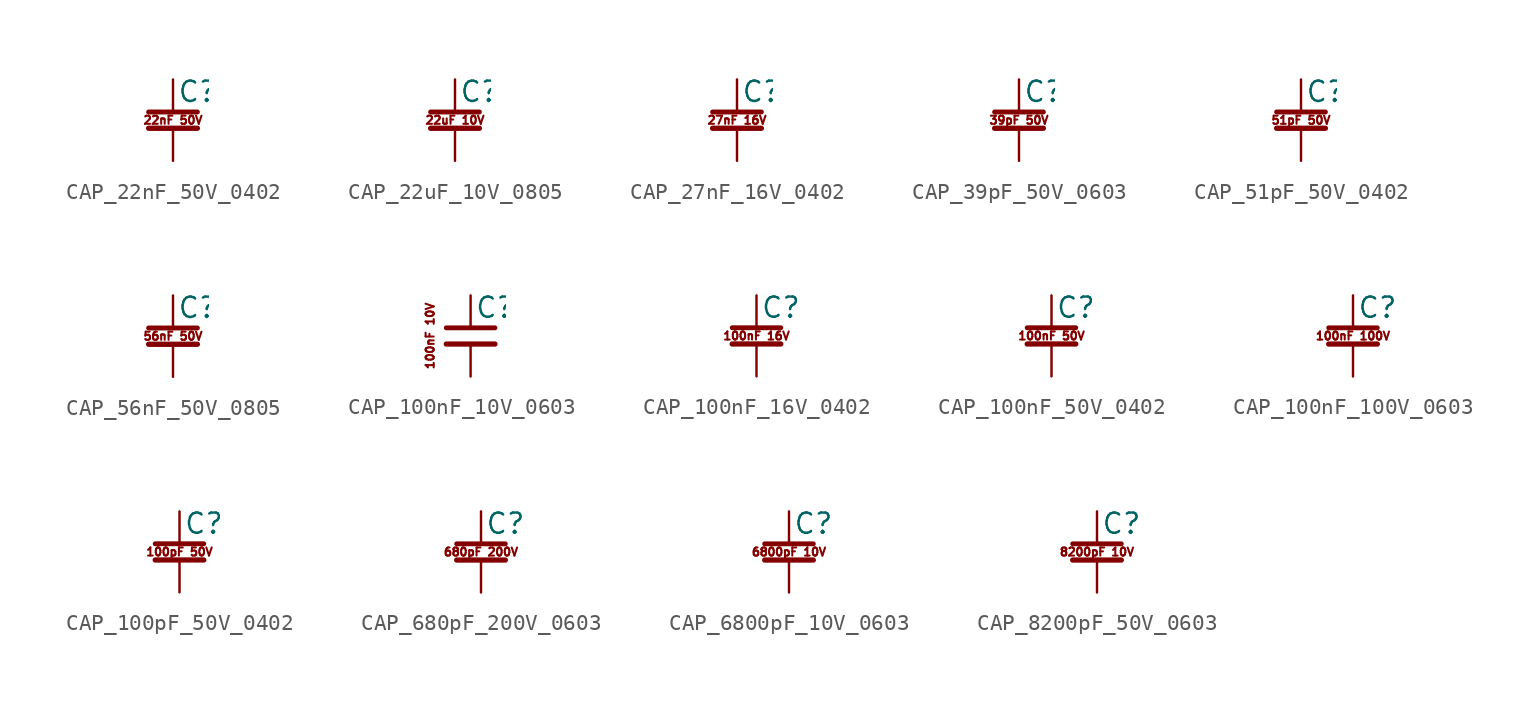
<source format=kicad_sym>
(kicad_symbol_lib
  (version 20211014)
  (generator kicad_symbol_editor)
  (symbol "CAP_22nF_50V_0402"
    (pin_numbers hide)
    (pin_names
      (offset 0.254) hide)
    (property "Reference" "C"
      (at 0.254 1.778 0)
      (effects (font (size 1.27 1.27)) (justify left)))
    (symbol "CAP_22nF_50V_0402_0_0"
      (text "22nF 50V" (at 0 0 0) (effects (font (size 0.508 0.508)))))
    (symbol "CAP_22nF_50V_0402_0_1"
      (polyline (pts (xy -1.524 -0.508) (xy 1.524 -0.508)) (stroke (width 0.33) (type default) (color 0 0 0 0)) (fill (type none)))
      (polyline (pts (xy -1.524 0.508) (xy 1.524 0.508)) (stroke (width 0.305) (type default) (color 0 0 0 0)) (fill (type none))))
    (symbol "CAP_22nF_50V_0402_1_1"
      (pin passive line (at 0 2.54 270) (length 2.032) (name "~" (effects (font (size 1.27 1.27)))) (number "1" (effects (font (size 1.27 1.27)))))
      (pin passive line (at 0 -2.54 90) (length 2.032) (name "~" (effects (font (size 1.27 1.27)))) (number "2" (effects (font (size 1.27 1.27)))))))
  (symbol "CAP_22uF_10V_0805"
    (pin_numbers hide)
    (pin_names
      (offset 0.254) hide)
    (property "Reference" "C"
      (at 0.254 1.778 0)
      (effects (font (size 1.27 1.27)) (justify left)))
    (symbol "CAP_22uF_10V_0805_0_0"
      (text "22uF 10V" (at 0 0 0) (effects (font (size 0.508 0.508)))))
    (symbol "CAP_22uF_10V_0805_0_1"
      (polyline (pts (xy -1.524 -0.508) (xy 1.524 -0.508)) (stroke (width 0.33) (type default) (color 0 0 0 0)) (fill (type none)))
      (polyline (pts (xy -1.524 0.508) (xy 1.524 0.508)) (stroke (width 0.305) (type default) (color 0 0 0 0)) (fill (type none))))
    (symbol "CAP_22uF_10V_0805_1_1"
      (pin passive line (at 0 2.54 270) (length 2.032) (name "~" (effects (font (size 1.27 1.27)))) (number "1" (effects (font (size 1.27 1.27)))))
      (pin passive line (at 0 -2.54 90) (length 2.032) (name "~" (effects (font (size 1.27 1.27)))) (number "2" (effects (font (size 1.27 1.27)))))))
  (symbol "CAP_27nF_16V_0402"
    (pin_numbers hide)
    (pin_names
      (offset 0.254) hide)
    (property "Reference" "C"
      (at 0.254 1.778 0)
      (effects (font (size 1.27 1.27)) (justify left)))
    (symbol "CAP_27nF_16V_0402_0_0"
      (text "27nF 16V" (at 0 0 0) (effects (font (size 0.508 0.508)))))
    (symbol "CAP_27nF_16V_0402_0_1"
      (polyline (pts (xy -1.524 -0.508) (xy 1.524 -0.508)) (stroke (width 0.33) (type default) (color 0 0 0 0)) (fill (type none)))
      (polyline (pts (xy -1.524 0.508) (xy 1.524 0.508)) (stroke (width 0.305) (type default) (color 0 0 0 0)) (fill (type none))))
    (symbol "CAP_27nF_16V_0402_1_1"
      (pin passive line (at 0 2.54 270) (length 2.032) (name "~" (effects (font (size 1.27 1.27)))) (number "1" (effects (font (size 1.27 1.27)))))
      (pin passive line (at 0 -2.54 90) (length 2.032) (name "~" (effects (font (size 1.27 1.27)))) (number "2" (effects (font (size 1.27 1.27)))))))
  (symbol "CAP_39pF_50V_0603"
    (pin_numbers hide)
    (pin_names
      (offset 0.254) hide)
    (property "Reference" "C"
      (at 0.254 1.778 0)
      (effects (font (size 1.27 1.27)) (justify left)))
    (symbol "CAP_39pF_50V_0603_0_0"
      (text "39pF 50V" (at 0 0 0) (effects (font (size 0.508 0.508)))))
    (symbol "CAP_39pF_50V_0603_0_1"
      (polyline (pts (xy -1.524 -0.508) (xy 1.524 -0.508)) (stroke (width 0.33) (type default) (color 0 0 0 0)) (fill (type none)))
      (polyline (pts (xy -1.524 0.508) (xy 1.524 0.508)) (stroke (width 0.305) (type default) (color 0 0 0 0)) (fill (type none))))
    (symbol "CAP_39pF_50V_0603_1_1"
      (pin passive line (at 0 2.54 270) (length 2.032) (name "~" (effects (font (size 1.27 1.27)))) (number "1" (effects (font (size 1.27 1.27)))))
      (pin passive line (at 0 -2.54 90) (length 2.032) (name "~" (effects (font (size 1.27 1.27)))) (number "2" (effects (font (size 1.27 1.27)))))))
  (symbol "CAP_51pF_50V_0402"
    (pin_numbers hide)
    (pin_names
      (offset 0.254) hide)
    (property "Reference" "C"
      (at 0.254 1.778 0)
      (effects (font (size 1.27 1.27)) (justify left)))
    (symbol "CAP_51pF_50V_0402_0_0"
      (text "51pF 50V" (at 0 0 0) (effects (font (size 0.508 0.508)))))
    (symbol "CAP_51pF_50V_0402_0_1"
      (polyline (pts (xy -1.524 -0.508) (xy 1.524 -0.508)) (stroke (width 0.33) (type default) (color 0 0 0 0)) (fill (type none)))
      (polyline (pts (xy -1.524 0.508) (xy 1.524 0.508)) (stroke (width 0.305) (type default) (color 0 0 0 0)) (fill (type none))))
    (symbol "CAP_51pF_50V_0402_1_1"
      (pin passive line (at 0 2.54 270) (length 2.032) (name "~" (effects (font (size 1.27 1.27)))) (number "1" (effects (font (size 1.27 1.27)))))
      (pin passive line (at 0 -2.54 90) (length 2.032) (name "~" (effects (font (size 1.27 1.27)))) (number "2" (effects (font (size 1.27 1.27)))))))
  (symbol "CAP_56nF_50V_0805"
    (pin_numbers hide)
    (pin_names
      (offset 0.254) hide)
    (property "Reference" "C"
      (at 0.254 1.778 0)
      (effects (font (size 1.27 1.27)) (justify left)))
    (symbol "CAP_56nF_50V_0805_0_0"
      (text "56nF 50V" (at 0 0 0) (effects (font (size 0.508 0.508)))))
    (symbol "CAP_56nF_50V_0805_0_1"
      (polyline (pts (xy -1.524 -0.508) (xy 1.524 -0.508)) (stroke (width 0.33) (type default) (color 0 0 0 0)) (fill (type none)))
      (polyline (pts (xy -1.524 0.508) (xy 1.524 0.508)) (stroke (width 0.305) (type default) (color 0 0 0 0)) (fill (type none))))
    (symbol "CAP_56nF_50V_0805_1_1"
      (pin passive line (at 0 2.54 270) (length 2.032) (name "~" (effects (font (size 1.27 1.27)))) (number "1" (effects (font (size 1.27 1.27)))))
      (pin passive line (at 0 -2.54 90) (length 2.032) (name "~" (effects (font (size 1.27 1.27)))) (number "2" (effects (font (size 1.27 1.27)))))))
  (symbol "CAP_100nF_10V_0603"
    (pin_numbers hide)
    (pin_names
      (offset 0.254) hide)
    (property "Reference" "C"
      (at 0.254 1.778 0)
      (effects (font (size 1.27 1.27)) (justify left)))
    (symbol "CAP_100nF_10V_0603_0_0"
      (text "100nF 10V" (at -2.54 0 900) (effects (font (size 0.508 0.508)))))
    (symbol "CAP_100nF_10V_0603_0_1"
      (polyline (pts (xy -1.524 -0.508) (xy 1.524 -0.508)) (stroke (width 0.33) (type default) (color 0 0 0 0)) (fill (type none)))
      (polyline (pts (xy -1.524 0.508) (xy 1.524 0.508)) (stroke (width 0.305) (type default) (color 0 0 0 0)) (fill (type none))))
    (symbol "CAP_100nF_10V_0603_1_1"
      (pin passive line (at 0 2.54 270) (length 2.032) (name "~" (effects (font (size 1.27 1.27)))) (number "1" (effects (font (size 1.27 1.27)))))
      (pin passive line (at 0 -2.54 90) (length 2.032) (name "~" (effects (font (size 1.27 1.27)))) (number "2" (effects (font (size 1.27 1.27)))))))
  (symbol "CAP_100nF_16V_0402"
    (pin_numbers hide)
    (pin_names
      (offset 0.254) hide)
    (property "Reference" "C"
      (at 0.254 1.778 0)
      (effects (font (size 1.27 1.27)) (justify left)))
    (symbol "CAP_100nF_16V_0402_0_0"
      (text "100nF 16V" (at 0 0 0) (effects (font (size 0.508 0.508)))))
    (symbol "CAP_100nF_16V_0402_0_1"
      (polyline (pts (xy -1.524 -0.508) (xy 1.524 -0.508)) (stroke (width 0.33) (type default) (color 0 0 0 0)) (fill (type none)))
      (polyline (pts (xy -1.524 0.508) (xy 1.524 0.508)) (stroke (width 0.305) (type default) (color 0 0 0 0)) (fill (type none))))
    (symbol "CAP_100nF_16V_0402_1_1"
      (pin passive line (at 0 2.54 270) (length 2.032) (name "~" (effects (font (size 1.27 1.27)))) (number "1" (effects (font (size 1.27 1.27)))))
      (pin passive line (at 0 -2.54 90) (length 2.032) (name "~" (effects (font (size 1.27 1.27)))) (number "2" (effects (font (size 1.27 1.27)))))))
  (symbol "CAP_100nF_50V_0402"
    (pin_numbers hide)
    (pin_names
      (offset 0.254) hide)
    (property "Reference" "C"
      (at 0.254 1.778 0)
      (effects (font (size 1.27 1.27)) (justify left)))
    (symbol "CAP_100nF_50V_0402_0_0"
      (text "100nF 50V" (at 0 0 0) (effects (font (size 0.508 0.508)))))
    (symbol "CAP_100nF_50V_0402_0_1"
      (polyline (pts (xy -1.524 -0.508) (xy 1.524 -0.508)) (stroke (width 0.33) (type default) (color 0 0 0 0)) (fill (type none)))
      (polyline (pts (xy -1.524 0.508) (xy 1.524 0.508)) (stroke (width 0.305) (type default) (color 0 0 0 0)) (fill (type none))))
    (symbol "CAP_100nF_50V_0402_1_1"
      (pin passive line (at 0 2.54 270) (length 2.032) (name "~" (effects (font (size 1.27 1.27)))) (number "1" (effects (font (size 1.27 1.27)))))
      (pin passive line (at 0 -2.54 90) (length 2.032) (name "~" (effects (font (size 1.27 1.27)))) (number "2" (effects (font (size 1.27 1.27)))))))
  (symbol "CAP_100nF_100V_0603"
    (pin_numbers hide)
    (pin_names
      (offset 0.254) hide)
    (property "Reference" "C"
      (at 0.254 1.778 0)
      (effects (font (size 1.27 1.27)) (justify left)))
    (symbol "CAP_100nF_100V_0603_0_0"
      (text "100nF 100V" (at 0 0 0) (effects (font (size 0.508 0.508)))))
    (symbol "CAP_100nF_100V_0603_0_1"
      (polyline (pts (xy -1.524 -0.508) (xy 1.524 -0.508)) (stroke (width 0.33) (type default) (color 0 0 0 0)) (fill (type none)))
      (polyline (pts (xy -1.524 0.508) (xy 1.524 0.508)) (stroke (width 0.305) (type default) (color 0 0 0 0)) (fill (type none))))
    (symbol "CAP_100nF_100V_0603_1_1"
      (pin passive line (at 0 2.54 270) (length 2.032) (name "~" (effects (font (size 1.27 1.27)))) (number "1" (effects (font (size 1.27 1.27)))))
      (pin passive line (at 0 -2.54 90) (length 2.032) (name "~" (effects (font (size 1.27 1.27)))) (number "2" (effects (font (size 1.27 1.27)))))))
  (symbol "CAP_100pF_50V_0402"
    (pin_numbers hide)
    (pin_names
      (offset 0.254) hide)
    (property "Reference" "C"
      (at 0.254 1.778 0)
      (effects (font (size 1.27 1.27)) (justify left)))
    (symbol "CAP_100pF_50V_0402_0_0"
      (text "100pF 50V" (at 0 0 0) (effects (font (size 0.508 0.508)))))
    (symbol "CAP_100pF_50V_0402_0_1"
      (polyline (pts (xy -1.524 -0.508) (xy 1.524 -0.508)) (stroke (width 0.33) (type default) (color 0 0 0 0)) (fill (type none)))
      (polyline (pts (xy -1.524 0.508) (xy 1.524 0.508)) (stroke (width 0.305) (type default) (color 0 0 0 0)) (fill (type none))))
    (symbol "CAP_100pF_50V_0402_1_1"
      (pin passive line (at 0 2.54 270) (length 2.032) (name "~" (effects (font (size 1.27 1.27)))) (number "1" (effects (font (size 1.27 1.27)))))
      (pin passive line (at 0 -2.54 90) (length 2.032) (name "~" (effects (font (size 1.27 1.27)))) (number "2" (effects (font (size 1.27 1.27)))))))
  (symbol "CAP_680pF_200V_0603"
    (pin_numbers hide)
    (pin_names
      (offset 0.254) hide)
    (property "Reference" "C"
      (at 0.254 1.778 0)
      (effects (font (size 1.27 1.27)) (justify left)))
    (symbol "CAP_680pF_200V_0603_0_1"
      (polyline (pts (xy -1.524 -0.508) (xy 1.524 -0.508)) (stroke (width 0.33) (type default) (color 0 0 0 0)) (fill (type none)))
      (polyline (pts (xy -1.524 0.508) (xy 1.524 0.508)) (stroke (width 0.305) (type default) (color 0 0 0 0)) (fill (type none))))
    (symbol "CAP_680pF_200V_0603_1_0"
      (text "680pF 200V" (at 0 0 0) (effects (font (size 0.508 0.508)))))
    (symbol "CAP_680pF_200V_0603_1_1"
      (pin passive line (at 0 2.54 270) (length 2.032) (name "~" (effects (font (size 1.27 1.27)))) (number "1" (effects (font (size 1.27 1.27)))))
      (pin passive line (at 0 -2.54 90) (length 2.032) (name "~" (effects (font (size 1.27 1.27)))) (number "2" (effects (font (size 1.27 1.27)))))))
  (symbol "CAP_6800pF_10V_0603"
    (pin_numbers hide)
    (pin_names
      (offset 0.254) hide)
    (property "Reference" "C"
      (at 0.254 1.778 0)
      (effects (font (size 1.27 1.27)) (justify left)))
    (symbol "CAP_6800pF_10V_0603_0_0"
      (text "6800pF 10V" (at 0 0 0) (effects (font (size 0.508 0.508)))))
    (symbol "CAP_6800pF_10V_0603_0_1"
      (polyline (pts (xy -1.524 -0.508) (xy 1.524 -0.508)) (stroke (width 0.33) (type default) (color 0 0 0 0)) (fill (type none)))
      (polyline (pts (xy -1.524 0.508) (xy 1.524 0.508)) (stroke (width 0.305) (type default) (color 0 0 0 0)) (fill (type none))))
    (symbol "CAP_6800pF_10V_0603_1_1"
      (pin passive line (at 0 2.54 270) (length 2.032) (name "~" (effects (font (size 1.27 1.27)))) (number "1" (effects (font (size 1.27 1.27)))))
      (pin passive line (at 0 -2.54 90) (length 2.032) (name "~" (effects (font (size 1.27 1.27)))) (number "2" (effects (font (size 1.27 1.27)))))))
  (symbol "CAP_8200pF_50V_0603"
    (pin_numbers hide)
    (pin_names
      (offset 0.254) hide)
    (property "Reference" "C"
      (at 0.254 1.778 0)
      (effects (font (size 1.27 1.27)) (justify left)))
    (symbol "CAP_8200pF_50V_0603_0_0"
      (text "8200pF 10V" (at 0 0 0) (effects (font (size 0.508 0.508)))))
    (symbol "CAP_8200pF_50V_0603_0_1"
      (polyline (pts (xy -1.524 -0.508) (xy 1.524 -0.508)) (stroke (width 0.33) (type default) (color 0 0 0 0)) (fill (type none)))
      (polyline (pts (xy -1.524 0.508) (xy 1.524 0.508)) (stroke (width 0.305) (type default) (color 0 0 0 0)) (fill (type none))))
    (symbol "CAP_8200pF_50V_0603_1_1"
      (pin passive line (at 0 2.54 270) (length 2.032) (name "~" (effects (font (size 1.27 1.27)))) (number "1" (effects (font (size 1.27 1.27)))))
      (pin passive line (at 0 -2.54 90) (length 2.032) (name "~" (effects (font (size 1.27 1.27)))) (number "2" (effects (font (size 1.27 1.27))))))))
</source>
